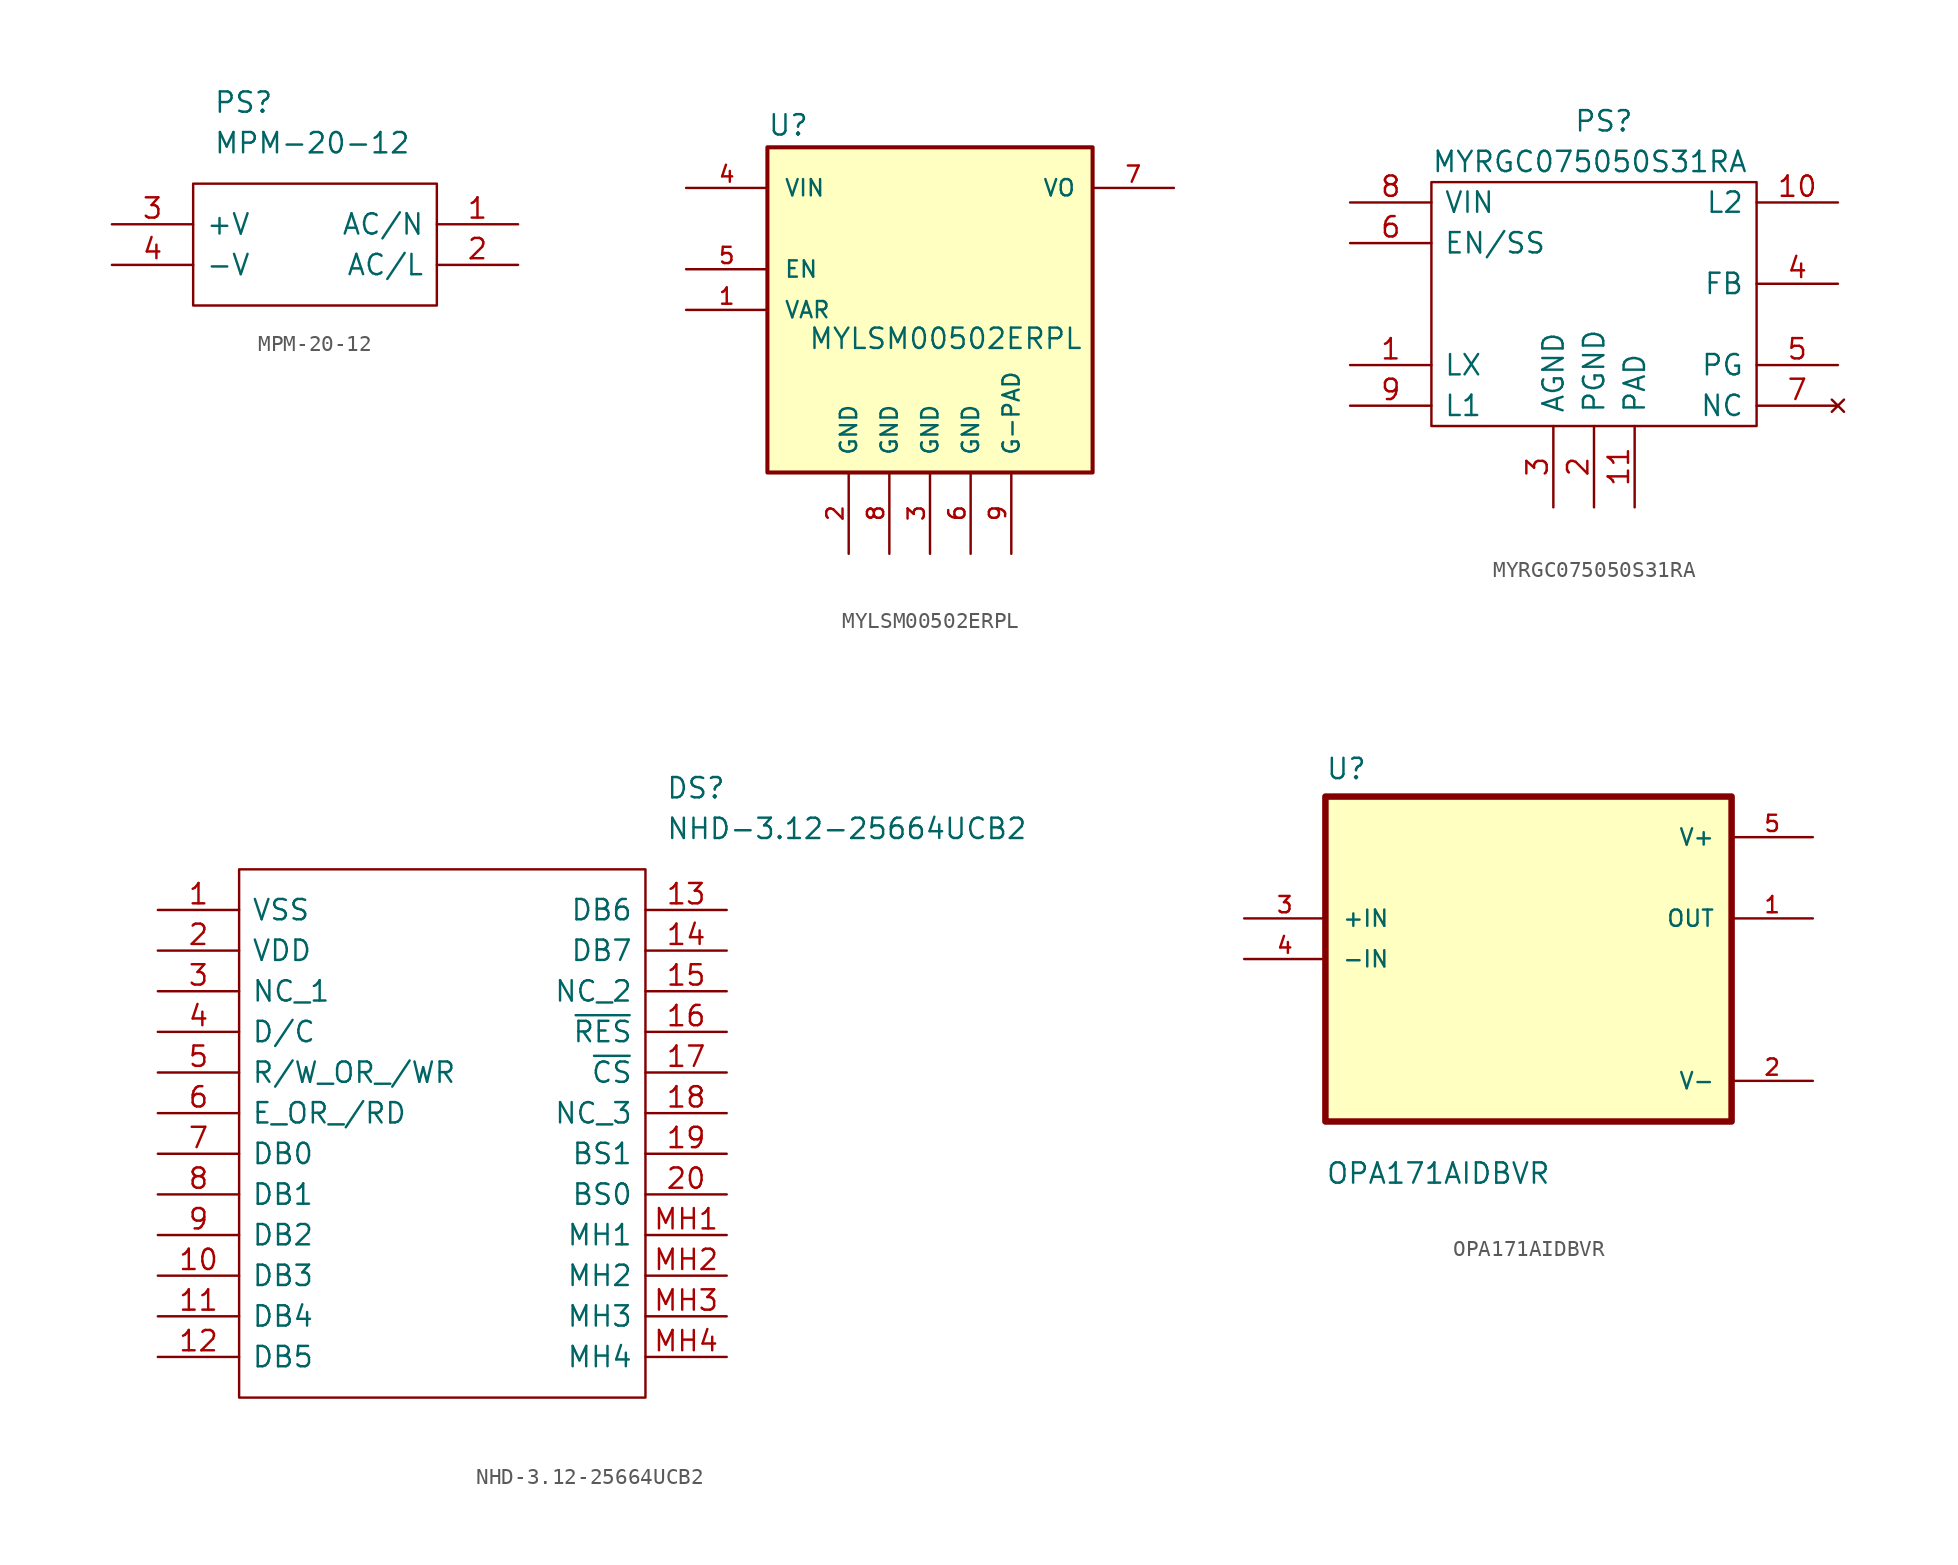
<source format=kicad_sym>
(kicad_symbol_lib
  (version 20211014)
  (generator kicad_symbol_editor)
  (symbol "MPM-20-12"
    (pin_names
      (offset 0.762))
    (property "Reference" "PS"
      (at -6.35 8.89 0)
      (effects (font (size 1.27 1.27)) (justify left)))
    (property "Value" "MPM-20-12"
      (at -6.35 6.35 0)
      (effects (font (size 1.27 1.27)) (justify left)))
    (symbol "MPM-20-12_0_0"
      (pin passive line (at 12.7 1.27 180) (length 5.08) (name "AC/N" (effects (font (size 1.27 1.27)))) (number "1" (effects (font (size 1.27 1.27)))))
      (pin passive line (at 12.7 -1.27 180) (length 5.08) (name "AC/L" (effects (font (size 1.27 1.27)))) (number "2" (effects (font (size 1.27 1.27)))))
      (pin passive line (at -12.7 1.27 0) (length 5.08) (name "+V" (effects (font (size 1.27 1.27)))) (number "3" (effects (font (size 1.27 1.27)))))
      (pin passive line (at -12.7 -1.27 0) (length 5.08) (name "-V" (effects (font (size 1.27 1.27)))) (number "4" (effects (font (size 1.27 1.27))))))
    (symbol "MPM-20-12_0_1"
      (polyline (pts (xy -7.62 3.81) (xy 7.62 3.81) (xy 7.62 -3.81) (xy -7.62 -3.81) (xy -7.62 3.81)) (stroke (width 0.152) (type default) (color 0 0 0 0)) (fill (type none)))))
  (symbol "MYLSM00502ERPL"
    (pin_names
      (offset 1.016))
    (property "Reference" "U"
      (at -10.16 10.795 0)
      (effects (font (size 1.27 1.27)) (justify left bottom)))
    (property "Value" "MYLSM00502ERPL"
      (at -7.62 -2.54 0)
      (effects (font (size 1.27 1.27)) (justify left bottom)))
    (symbol "MYLSM00502ERPL_0_0"
      (rectangle (start -10.16 -10.16) (end 10.16 10.16) (stroke (width 0.254) (type default) (color 0 0 0 0)) (fill (type background)))
      (pin passive line (at -15.24 0 0) (length 5.08) (name "VAR" (effects (font (size 1.016 1.016)))) (number "1" (effects (font (size 1.016 1.016)))))
      (pin power_in line (at -5.08 -15.24 90) (length 5.08) (name "GND" (effects (font (size 1.016 1.016)))) (number "2" (effects (font (size 1.016 1.016)))))
      (pin power_in line (at 0 -15.24 90) (length 5.08) (name "GND" (effects (font (size 1.016 1.016)))) (number "3" (effects (font (size 1.016 1.016)))))
      (pin power_in line (at -15.24 7.62 0) (length 5.08) (name "VIN" (effects (font (size 1.016 1.016)))) (number "4" (effects (font (size 1.016 1.016)))))
      (pin input line (at -15.24 2.54 0) (length 5.08) (name "EN" (effects (font (size 1.016 1.016)))) (number "5" (effects (font (size 1.016 1.016)))))
      (pin power_in line (at 2.54 -15.24 90) (length 5.08) (name "GND" (effects (font (size 1.016 1.016)))) (number "6" (effects (font (size 1.016 1.016)))))
      (pin power_out line (at 15.24 7.62 180) (length 5.08) (name "VO" (effects (font (size 1.016 1.016)))) (number "7" (effects (font (size 1.016 1.016)))))
      (pin power_in line (at -2.54 -15.24 90) (length 5.08) (name "GND" (effects (font (size 1.016 1.016)))) (number "8" (effects (font (size 1.016 1.016)))))
      (pin power_in line (at 5.08 -15.24 90) (length 5.08) (name "G-PAD" (effects (font (size 1.016 1.016)))) (number "9" (effects (font (size 1.016 1.016)))))))
  (symbol "MYRGC075050S31RA"
    (pin_names
      (offset 0.762))
    (property "Reference" "PS"
      (at -1.27 11.43 0)
      (effects (font (size 1.27 1.27)) (justify left)))
    (property "Value" "MYRGC075050S31RA"
      (at -10.16 8.89 0)
      (effects (font (size 1.27 1.27)) (justify left)))
    (symbol "MYRGC075050S31RA_0_0"
      (pin passive line (at -15.24 -3.81 0) (length 5.08) (name "LX" (effects (font (size 1.27 1.27)))) (number "1" (effects (font (size 1.27 1.27)))))
      (pin power_out line (at 15.24 6.35 180) (length 5.08) (name "L2" (effects (font (size 1.27 1.27)))) (number "10" (effects (font (size 1.27 1.27)))))
      (pin power_in line (at 2.54 -12.7 90) (length 5.08) (name "PAD" (effects (font (size 1.27 1.27)))) (number "11" (effects (font (size 1.27 1.27)))))
      (pin power_in line (at 0 -12.7 90) (length 5.08) (name "PGND" (effects (font (size 1.27 1.27)))) (number "2" (effects (font (size 1.27 1.27)))))
      (pin power_in line (at -2.54 -12.7 90) (length 5.08) (name "AGND" (effects (font (size 1.27 1.27)))) (number "3" (effects (font (size 1.27 1.27)))))
      (pin passive line (at 15.24 1.27 180) (length 5.08) (name "FB" (effects (font (size 1.27 1.27)))) (number "4" (effects (font (size 1.27 1.27)))))
      (pin open_collector line (at 15.24 -3.81 180) (length 5.08) (name "PG" (effects (font (size 1.27 1.27)))) (number "5" (effects (font (size 1.27 1.27)))))
      (pin passive line (at -15.24 3.81 0) (length 5.08) (name "EN/SS" (effects (font (size 1.27 1.27)))) (number "6" (effects (font (size 1.27 1.27)))))
      (pin no_connect line (at 15.24 -6.35 180) (length 5.08) (name "NC" (effects (font (size 1.27 1.27)))) (number "7" (effects (font (size 1.27 1.27)))))
      (pin power_in line (at -15.24 6.35 0) (length 5.08) (name "VIN" (effects (font (size 1.27 1.27)))) (number "8" (effects (font (size 1.27 1.27)))))
      (pin passive line (at -15.24 -6.35 0) (length 5.08) (name "L1" (effects (font (size 1.27 1.27)))) (number "9" (effects (font (size 1.27 1.27))))))
    (symbol "MYRGC075050S31RA_0_1"
      (polyline (pts (xy 10.16 7.62) (xy 10.16 -7.62) (xy -10.16 -7.62) (xy -10.16 7.62) (xy 10.16 7.62)) (stroke (width 0.152) (type default) (color 0 0 0 0)) (fill (type none)))))
  (symbol "NHD-3.12-25664UCB2"
    (pin_names
      (offset 0.762))
    (property "Reference" "DS"
      (at 13.97 21.59 0)
      (effects (font (size 1.27 1.27)) (justify left)))
    (property "Value" "NHD-3.12-25664UCB2"
      (at 13.97 19.05 0)
      (effects (font (size 1.27 1.27)) (justify left)))
    (symbol "NHD-3.12-25664UCB2_0_0"
      (pin passive line (at -17.78 13.97 0) (length 5.08) (name "VSS" (effects (font (size 1.27 1.27)))) (number "1" (effects (font (size 1.27 1.27)))))
      (pin passive line (at -17.78 -8.89 0) (length 5.08) (name "DB3" (effects (font (size 1.27 1.27)))) (number "10" (effects (font (size 1.27 1.27)))))
      (pin passive line (at -17.78 -11.43 0) (length 5.08) (name "DB4" (effects (font (size 1.27 1.27)))) (number "11" (effects (font (size 1.27 1.27)))))
      (pin passive line (at -17.78 -13.97 0) (length 5.08) (name "DB5" (effects (font (size 1.27 1.27)))) (number "12" (effects (font (size 1.27 1.27)))))
      (pin passive line (at 17.78 13.97 180) (length 5.08) (name "DB6" (effects (font (size 1.27 1.27)))) (number "13" (effects (font (size 1.27 1.27)))))
      (pin passive line (at 17.78 11.43 180) (length 5.08) (name "DB7" (effects (font (size 1.27 1.27)))) (number "14" (effects (font (size 1.27 1.27)))))
      (pin passive line (at 17.78 8.89 180) (length 5.08) (name "NC_2" (effects (font (size 1.27 1.27)))) (number "15" (effects (font (size 1.27 1.27)))))
      (pin passive line (at 17.78 6.35 180) (length 5.08) (name "~{RES}" (effects (font (size 1.27 1.27)))) (number "16" (effects (font (size 1.27 1.27)))))
      (pin passive line (at 17.78 3.81 180) (length 5.08) (name "~{CS}" (effects (font (size 1.27 1.27)))) (number "17" (effects (font (size 1.27 1.27)))))
      (pin passive line (at 17.78 1.27 180) (length 5.08) (name "NC_3" (effects (font (size 1.27 1.27)))) (number "18" (effects (font (size 1.27 1.27)))))
      (pin passive line (at 17.78 -1.27 180) (length 5.08) (name "BS1" (effects (font (size 1.27 1.27)))) (number "19" (effects (font (size 1.27 1.27)))))
      (pin passive line (at -17.78 11.43 0) (length 5.08) (name "VDD" (effects (font (size 1.27 1.27)))) (number "2" (effects (font (size 1.27 1.27)))))
      (pin passive line (at 17.78 -3.81 180) (length 5.08) (name "BS0" (effects (font (size 1.27 1.27)))) (number "20" (effects (font (size 1.27 1.27)))))
      (pin passive line (at -17.78 8.89 0) (length 5.08) (name "NC_1" (effects (font (size 1.27 1.27)))) (number "3" (effects (font (size 1.27 1.27)))))
      (pin passive line (at -17.78 6.35 0) (length 5.08) (name "D/C" (effects (font (size 1.27 1.27)))) (number "4" (effects (font (size 1.27 1.27)))))
      (pin passive line (at -17.78 3.81 0) (length 5.08) (name "R/W_OR_/WR" (effects (font (size 1.27 1.27)))) (number "5" (effects (font (size 1.27 1.27)))))
      (pin passive line (at -17.78 1.27 0) (length 5.08) (name "E_OR_/RD" (effects (font (size 1.27 1.27)))) (number "6" (effects (font (size 1.27 1.27)))))
      (pin passive line (at -17.78 -1.27 0) (length 5.08) (name "DB0" (effects (font (size 1.27 1.27)))) (number "7" (effects (font (size 1.27 1.27)))))
      (pin passive line (at -17.78 -3.81 0) (length 5.08) (name "DB1" (effects (font (size 1.27 1.27)))) (number "8" (effects (font (size 1.27 1.27)))))
      (pin passive line (at -17.78 -6.35 0) (length 5.08) (name "DB2" (effects (font (size 1.27 1.27)))) (number "9" (effects (font (size 1.27 1.27)))))
      (pin passive line (at 17.78 -6.35 180) (length 5.08) (name "MH1" (effects (font (size 1.27 1.27)))) (number "MH1" (effects (font (size 1.27 1.27)))))
      (pin passive line (at 17.78 -8.89 180) (length 5.08) (name "MH2" (effects (font (size 1.27 1.27)))) (number "MH2" (effects (font (size 1.27 1.27)))))
      (pin passive line (at 17.78 -11.43 180) (length 5.08) (name "MH3" (effects (font (size 1.27 1.27)))) (number "MH3" (effects (font (size 1.27 1.27)))))
      (pin passive line (at 17.78 -13.97 180) (length 5.08) (name "MH4" (effects (font (size 1.27 1.27)))) (number "MH4" (effects (font (size 1.27 1.27))))))
    (symbol "NHD-3.12-25664UCB2_0_1"
      (polyline (pts (xy -12.7 16.51) (xy 12.7 16.51) (xy 12.7 -16.51) (xy -12.7 -16.51) (xy -12.7 16.51)) (stroke (width 0.152) (type default) (color 0 0 0 0)) (fill (type none)))))
  (symbol "OPA171AIDBVR"
    (pin_names
      (offset 1.016))
    (property "Reference" "U"
      (at -12.7 11.151 0)
      (effects (font (size 1.27 1.27)) (justify left bottom)))
    (property "Value" "OPA171AIDBVR"
      (at -12.7 -14.148 0)
      (effects (font (size 1.27 1.27)) (justify left bottom)))
    (symbol "OPA171AIDBVR_0_0"
      (rectangle (start -12.7 -10.16) (end 12.7 10.16) (stroke (width 0.406) (type default) (color 0 0 0 0)) (fill (type background)))
      (pin output line (at 17.78 2.54 180) (length 5.08) (name "OUT" (effects (font (size 1.016 1.016)))) (number "1" (effects (font (size 1.016 1.016)))))
      (pin power_in line (at 17.78 -7.62 180) (length 5.08) (name "V-" (effects (font (size 1.016 1.016)))) (number "2" (effects (font (size 1.016 1.016)))))
      (pin input line (at -17.78 2.54 0) (length 5.08) (name "+IN" (effects (font (size 1.016 1.016)))) (number "3" (effects (font (size 1.016 1.016)))))
      (pin input line (at -17.78 0 0) (length 5.08) (name "-IN" (effects (font (size 1.016 1.016)))) (number "4" (effects (font (size 1.016 1.016)))))
      (pin power_in line (at 17.78 7.62 180) (length 5.08) (name "V+" (effects (font (size 1.016 1.016)))) (number "5" (effects (font (size 1.016 1.016))))))))
</source>
